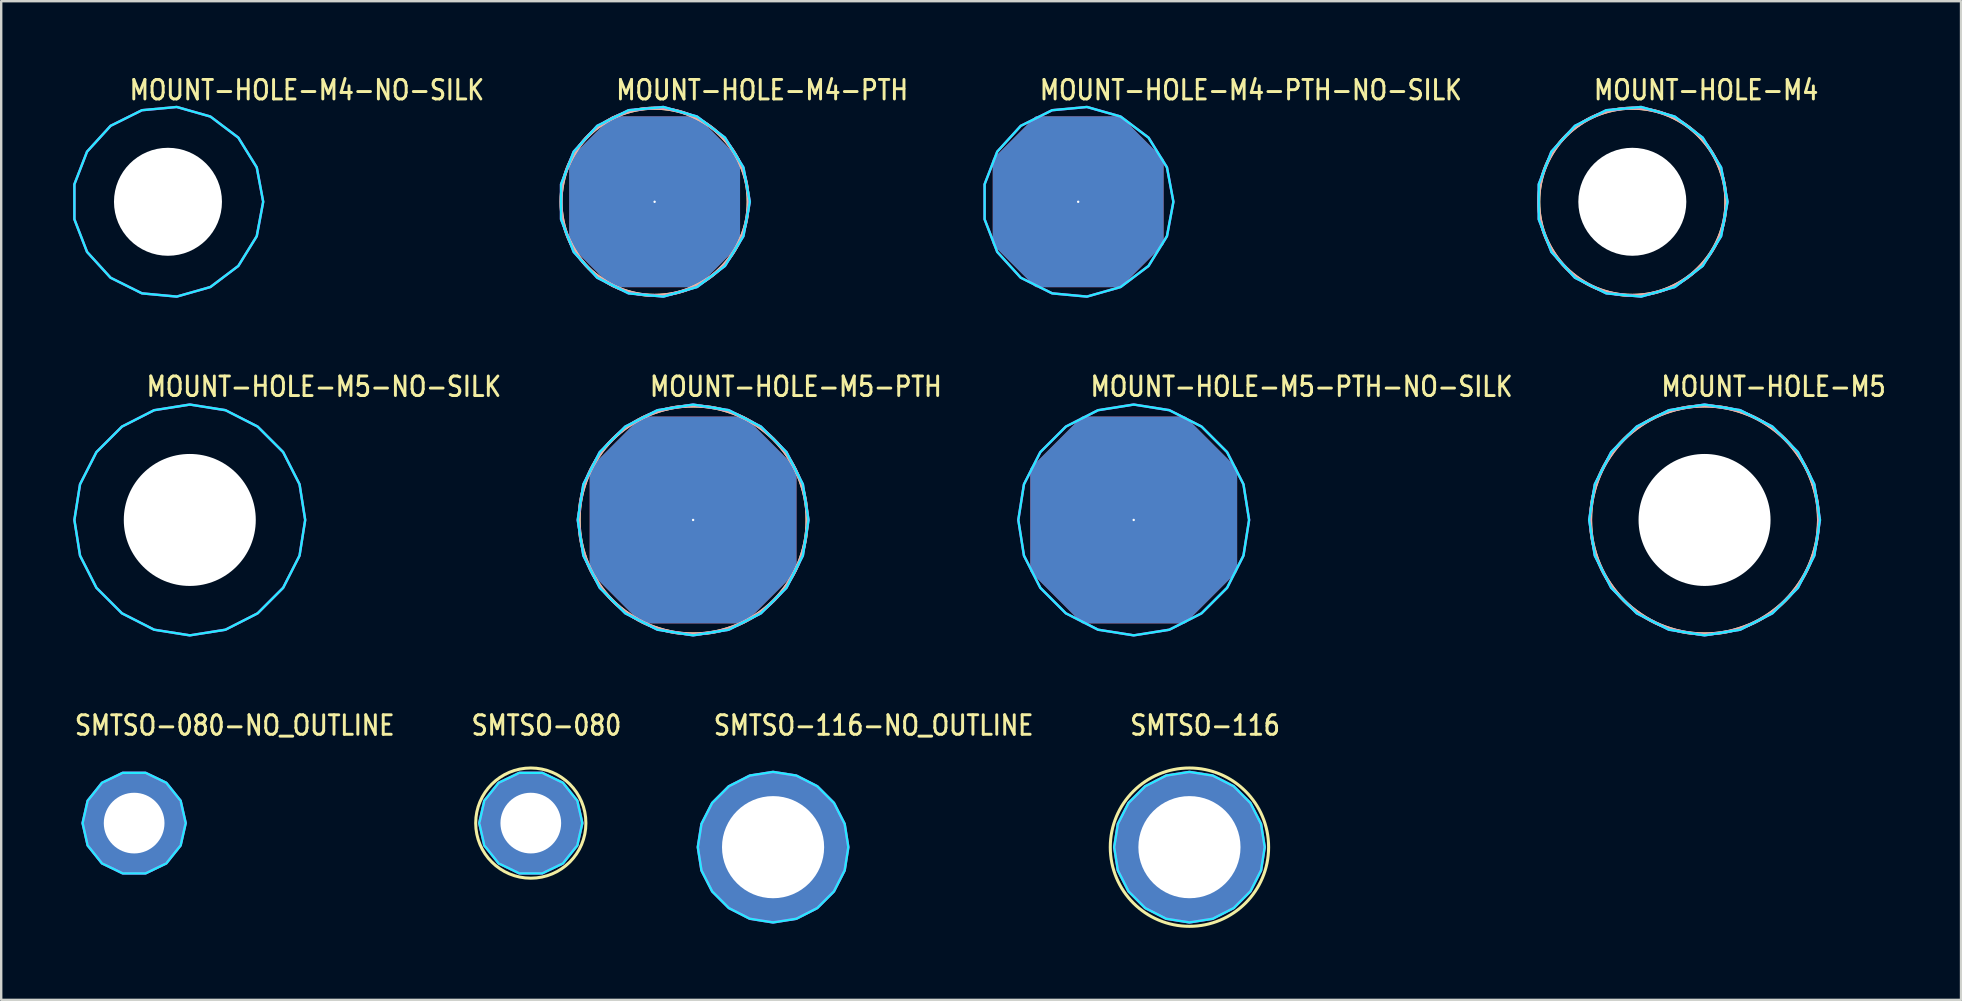
<source format=kicad_pcb>
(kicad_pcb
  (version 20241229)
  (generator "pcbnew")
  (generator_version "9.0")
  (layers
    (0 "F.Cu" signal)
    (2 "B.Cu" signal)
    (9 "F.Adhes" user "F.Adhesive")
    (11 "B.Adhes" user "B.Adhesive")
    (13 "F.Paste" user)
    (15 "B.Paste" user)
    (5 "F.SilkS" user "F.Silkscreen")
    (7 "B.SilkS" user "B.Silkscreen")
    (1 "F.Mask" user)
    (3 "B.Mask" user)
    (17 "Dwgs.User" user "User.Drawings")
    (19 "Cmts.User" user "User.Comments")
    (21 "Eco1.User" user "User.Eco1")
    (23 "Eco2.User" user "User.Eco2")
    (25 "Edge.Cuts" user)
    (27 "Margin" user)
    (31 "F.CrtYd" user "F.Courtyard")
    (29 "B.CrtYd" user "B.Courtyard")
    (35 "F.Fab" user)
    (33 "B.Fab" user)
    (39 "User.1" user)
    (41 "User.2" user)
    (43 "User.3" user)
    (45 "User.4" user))
  (footprint "MOUNT-HOLE-M4-PTH-NO-SILK"
    (layer "F.Cu")
    (at 41.881 5.359)
    (property "Reference" "MOUNT-HOLE-M4-PTH-NO-SILK" (at -1.67 -4.18 0) (unlocked yes) (layer "F.SilkS") (effects (font (size 0.813 0.695) (thickness 0.122)) (justify left bottom)))
    (fp_poly (pts (xy 3.968 0) (xy 3.7 -1.433) (xy 2.932 -2.673) (xy 1.768 -3.552) (xy 0.366 -3.951) (xy -1.086 -3.816) (xy -2.391 -3.166) (xy -3.373 -2.089) (xy -3.9 -0.729) (xy -3.9 0.729) (xy -3.373 2.089) (xy -2.391 3.166) (xy -1.086 3.816) (xy 0.366 3.951) (xy 1.768 3.552) (xy 2.932 2.673) (xy 3.7 1.433)) (stroke (width 0.1) (type solid)) (fill no) (layer "B.CrtYd"))
    (fp_poly (pts (xy 3.968 0) (xy 3.7 -1.433) (xy 2.932 -2.673) (xy 1.768 -3.552) (xy 0.366 -3.951) (xy -1.086 -3.816) (xy -2.391 -3.166) (xy -3.373 -2.089) (xy -3.9 -0.729) (xy -3.9 0.729) (xy -3.373 2.089) (xy -2.391 3.166) (xy -1.086 3.816) (xy 0.366 3.951) (xy 1.768 3.552) (xy 2.932 2.673) (xy 3.7 1.433)) (stroke (width 0.1) (type solid)) (fill no) (layer "F.CrtYd"))
    (pad "1" thru_hole custom (at 0 0) (size 0.1 0.1) (drill 4.5) (layers "*.Cu" "*.Mask") (options (anchor rect)) (primitives (gr_poly (pts (xy 3.5 1.75) (xy 1.75 3.5) (xy -1.75 3.5) (xy -3.5 1.75) (xy -3.5 -1.75) (xy -1.75 -3.5) (xy 1.75 -3.5) (xy 3.5 -1.75)) (width 0.12) (fill yes)))))
  (footprint "SMTSO-116"
    (layer "F.Cu")
    (at 46.518 32.254)
    (property "Reference" "SMTSO-116" (at -2.54 -4.599 0) (unlocked yes) (layer "F.SilkS") (effects (font (size 0.813 0.695) (thickness 0.122)) (justify left bottom)))
    (fp_circle (center 0 0) (end 3.299 0) (stroke (width 0.127) (type solid)) (fill no) (layer "F.SilkS"))
    (fp_poly (pts (xy -2.974 -0.538) (xy 2.974 -0.538) (xy 2.138 -0.538) (xy -2.138 -0.538)) (stroke (width 0.076) (type solid)) (fill yes) (layer "F.Paste"))
    (fp_poly (pts (xy 2.974 0.538) (xy -2.974 0.538) (xy -2.138 0.538) (xy 2.138 0.538)) (stroke (width 0.076) (type solid)) (fill yes) (layer "F.Paste"))
    (fp_poly (pts (xy 3.137 0) (xy 2.984 -0.97) (xy 2.538 -1.844) (xy 1.844 -2.538) (xy 0.97 -2.984) (xy 0 -3.137) (xy -0.97 -2.984) (xy -1.844 -2.538) (xy -2.538 -1.844) (xy -2.984 -0.97) (xy -3.137 0) (xy -2.984 0.97) (xy -2.538 1.844) (xy -1.844 2.538) (xy -0.97 2.984) (xy 0 3.137) (xy 0.97 2.984) (xy 1.844 2.538) (xy 2.538 1.844) (xy 2.984 0.97)) (stroke (width 0.1) (type solid)) (fill no) (layer "B.CrtYd"))
    (fp_poly (pts (xy 3.137 0) (xy 2.984 -0.97) (xy 2.538 -1.844) (xy 1.844 -2.538) (xy 0.97 -2.984) (xy 0 -3.137) (xy -0.97 -2.984) (xy -1.844 -2.538) (xy -2.538 -1.844) (xy -2.984 -0.97) (xy -3.137 0) (xy -2.984 0.97) (xy -2.538 1.844) (xy -1.844 2.538) (xy -0.97 2.984) (xy 0 3.137) (xy 0.97 2.984) (xy 1.844 2.538) (xy 2.538 1.844) (xy 2.984 0.97)) (stroke (width 0.1) (type solid)) (fill no) (layer "F.CrtYd"))
    (pad "1" thru_hole oval (at 0 0) (size 6.198 6.198) (drill 4.256) (layers "*.Cu" "*.Mask")))
  (footprint "MOUNT-HOLE-M4-NO-SILK"
    (layer "F.Cu")
    (at 3.95 5.359)
    (property "Reference" "MOUNT-HOLE-M4-NO-SILK" (at -1.67 -4.18 0) (unlocked yes) (layer "F.SilkS") (effects (font (size 0.813 0.695) (thickness 0.122)) (justify left bottom)))
    (fp_circle (center 0 0) (end 3.75 0) (stroke (width 0) (type solid)) (fill yes) (layer "F.Mask"))
    (fp_circle (center 0 0) (end 3.9 0) (stroke (width 0) (type solid)) (fill yes) (layer "F.Mask"))
    (fp_circle (center 0 0) (end 3.9 0) (stroke (width 0) (type solid)) (fill yes) (layer "F.Mask"))
    (fp_circle (center 0 0) (end 3.75 0) (stroke (width 0) (type solid)) (fill yes) (layer "B.Mask"))
    (fp_circle (center 0 0) (end 3.9 0) (stroke (width 0) (type solid)) (fill yes) (layer "B.Mask"))
    (fp_poly (pts (xy 3.968 0) (xy 3.7 -1.433) (xy 2.932 -2.673) (xy 1.768 -3.552) (xy 0.366 -3.951) (xy -1.086 -3.816) (xy -2.391 -3.166) (xy -3.373 -2.089) (xy -3.9 -0.729) (xy -3.9 0.729) (xy -3.373 2.089) (xy -2.391 3.166) (xy -1.086 3.816) (xy 0.366 3.951) (xy 1.768 3.552) (xy 2.932 2.673) (xy 3.7 1.433)) (stroke (width 0.1) (type solid)) (fill no) (layer "B.CrtYd"))
    (fp_poly (pts (xy 3.968 0) (xy 3.7 -1.433) (xy 2.932 -2.673) (xy 1.768 -3.552) (xy 0.366 -3.951) (xy -1.086 -3.816) (xy -2.391 -3.166) (xy -3.373 -2.089) (xy -3.9 -0.729) (xy -3.9 0.729) (xy -3.373 2.089) (xy -2.391 3.166) (xy -1.086 3.816) (xy 0.366 3.951) (xy 1.768 3.552) (xy 2.932 2.673) (xy 3.7 1.433)) (stroke (width 0.1) (type solid)) (fill no) (layer "F.CrtYd"))
    (pad "" np_thru_hole circle (at 0 0) (size 4.5 4.5) (drill 4.5) (layers "*.Cu" "*.Mask")))
  (footprint "SMTSO-116-NO_OUTLINE"
    (layer "F.Cu")
    (at 29.166 32.254)
    (property "Reference" "SMTSO-116-NO_OUTLINE" (at -2.54 -4.599 0) (unlocked yes) (layer "F.SilkS") (effects (font (size 0.813 0.695) (thickness 0.122)) (justify left bottom)))
    (fp_poly (pts (xy -2.974 -0.538) (xy 2.974 -0.538) (xy 2.138 -0.538) (xy -2.138 -0.538)) (stroke (width 0.076) (type solid)) (fill yes) (layer "F.Paste"))
    (fp_poly (pts (xy 2.974 0.538) (xy -2.974 0.538) (xy -2.138 0.538) (xy 2.138 0.538)) (stroke (width 0.076) (type solid)) (fill yes) (layer "F.Paste"))
    (fp_poly (pts (xy 3.137 0) (xy 2.984 -0.97) (xy 2.538 -1.844) (xy 1.844 -2.538) (xy 0.97 -2.984) (xy 0 -3.137) (xy -0.97 -2.984) (xy -1.844 -2.538) (xy -2.538 -1.844) (xy -2.984 -0.97) (xy -3.137 0) (xy -2.984 0.97) (xy -2.538 1.844) (xy -1.844 2.538) (xy -0.97 2.984) (xy 0 3.137) (xy 0.97 2.984) (xy 1.844 2.538) (xy 2.538 1.844) (xy 2.984 0.97)) (stroke (width 0.1) (type solid)) (fill no) (layer "B.CrtYd"))
    (fp_poly (pts (xy 3.137 0) (xy 2.984 -0.97) (xy 2.538 -1.844) (xy 1.844 -2.538) (xy 0.97 -2.984) (xy 0 -3.137) (xy -0.97 -2.984) (xy -1.844 -2.538) (xy -2.538 -1.844) (xy -2.984 -0.97) (xy -3.137 0) (xy -2.984 0.97) (xy -2.538 1.844) (xy -1.844 2.538) (xy -0.97 2.984) (xy 0 3.137) (xy 0.97 2.984) (xy 1.844 2.538) (xy 2.538 1.844) (xy 2.984 0.97)) (stroke (width 0.1) (type solid)) (fill no) (layer "F.CrtYd"))
    (pad "1" thru_hole oval (at 0 0) (size 6.198 6.198) (drill 4.256) (layers "*.Cu" "*.Mask")))
  (footprint "MOUNT-HOLE-M5-PTH"
    (layer "F.Cu")
    (at 25.834 18.618)
    (property "Reference" "MOUNT-HOLE-M5-PTH" (at -1.87 -5.08 0) (unlocked yes) (layer "F.SilkS") (effects (font (size 0.813 0.695) (thickness 0.122)) (justify left bottom)))
    (fp_circle (center 0 0) (end 4.75 0) (stroke (width 0.127) (type solid)) (fill no) (layer "F.SilkS"))
    (fp_circle (center 0 0) (end 4.75 0) (stroke (width 0.127) (type solid)) (fill no) (layer "B.SilkS"))
    (fp_poly (pts (xy 4.809 0) (xy 4.574 -1.486) (xy 3.891 -2.827) (xy 2.827 -3.891) (xy 1.486 -4.574) (xy 0 -4.809) (xy -1.486 -4.574) (xy -2.827 -3.891) (xy -3.891 -2.827) (xy -4.574 -1.486) (xy -4.809 0) (xy -4.574 1.486) (xy -3.891 2.827) (xy -2.827 3.891) (xy -1.486 4.574) (xy 0 4.809) (xy 1.486 4.574) (xy 2.827 3.891) (xy 3.891 2.827) (xy 4.574 1.486)) (stroke (width 0.1) (type solid)) (fill no) (layer "B.CrtYd"))
    (fp_poly (pts (xy 4.809 0) (xy 4.574 -1.486) (xy 3.891 -2.827) (xy 2.827 -3.891) (xy 1.486 -4.574) (xy 0 -4.809) (xy -1.486 -4.574) (xy -2.827 -3.891) (xy -3.891 -2.827) (xy -4.574 -1.486) (xy -4.809 0) (xy -4.574 1.486) (xy -3.891 2.827) (xy -2.827 3.891) (xy -1.486 4.574) (xy 0 4.809) (xy 1.486 4.574) (xy 2.827 3.891) (xy 3.891 2.827) (xy 4.574 1.486)) (stroke (width 0.1) (type solid)) (fill no) (layer "F.CrtYd"))
    (pad "1" thru_hole custom (at 0 0) (size 0.1 0.1) (drill 5.5) (layers "*.Cu" "*.Mask") (options (anchor rect)) (primitives (gr_poly (pts (xy 4.25 2.125) (xy 2.125 4.25) (xy -2.125 4.25) (xy -4.25 2.125) (xy -4.25 -2.125) (xy -2.125 -4.25) (xy 2.125 -4.25) (xy 4.25 -2.125)) (width 0.12) (fill yes)))))
  (footprint "MOUNT-HOLE-M5-PTH-NO-SILK"
    (layer "F.Cu")
    (at 44.195 18.618)
    (property "Reference" "MOUNT-HOLE-M5-PTH-NO-SILK" (at -1.87 -5.08 0) (unlocked yes) (layer "F.SilkS") (effects (font (size 0.813 0.695) (thickness 0.122)) (justify left bottom)))
    (fp_poly (pts (xy 4.809 0) (xy 4.574 -1.486) (xy 3.891 -2.827) (xy 2.827 -3.891) (xy 1.486 -4.574) (xy 0 -4.809) (xy -1.486 -4.574) (xy -2.827 -3.891) (xy -3.891 -2.827) (xy -4.574 -1.486) (xy -4.809 0) (xy -4.574 1.486) (xy -3.891 2.827) (xy -2.827 3.891) (xy -1.486 4.574) (xy 0 4.809) (xy 1.486 4.574) (xy 2.827 3.891) (xy 3.891 2.827) (xy 4.574 1.486)) (stroke (width 0.1) (type solid)) (fill no) (layer "B.CrtYd"))
    (fp_poly (pts (xy 4.809 0) (xy 4.574 -1.486) (xy 3.891 -2.827) (xy 2.827 -3.891) (xy 1.486 -4.574) (xy 0 -4.809) (xy -1.486 -4.574) (xy -2.827 -3.891) (xy -3.891 -2.827) (xy -4.574 -1.486) (xy -4.809 0) (xy -4.574 1.486) (xy -3.891 2.827) (xy -2.827 3.891) (xy -1.486 4.574) (xy 0 4.809) (xy 1.486 4.574) (xy 2.827 3.891) (xy 3.891 2.827) (xy 4.574 1.486)) (stroke (width 0.1) (type solid)) (fill no) (layer "F.CrtYd"))
    (pad "1" thru_hole custom (at 0 0) (size 0.1 0.1) (drill 5.5) (layers "*.Cu" "*.Mask") (options (anchor rect)) (primitives (gr_poly (pts (xy 4.25 2.125) (xy 2.125 4.25) (xy -2.125 4.25) (xy -4.25 2.125) (xy -4.25 -2.125) (xy -2.125 -4.25) (xy 2.125 -4.25) (xy 4.25 -2.125)) (width 0.12) (fill yes)))))
  (footprint "MOUNT-HOLE-M5"
    (layer "F.Cu")
    (at 67.984 18.618)
    (property "Reference" "MOUNT-HOLE-M5" (at -1.87 -5.08 0) (unlocked yes) (layer "F.SilkS") (effects (font (size 0.813 0.695) (thickness 0.122)) (justify left bottom)))
    (fp_circle (center 0 0) (end 4.55 0) (stroke (width 0) (type solid)) (fill yes) (layer "F.Mask"))
    (fp_circle (center 0 0) (end 4.75 0) (stroke (width 0) (type solid)) (fill yes) (layer "F.Mask"))
    (fp_circle (center 0 0) (end 4.75 0) (stroke (width 0) (type solid)) (fill yes) (layer "F.Mask"))
    (fp_circle (center 0 0) (end 4.55 0) (stroke (width 0) (type solid)) (fill yes) (layer "B.Mask"))
    (fp_circle (center 0 0) (end 4.75 0) (stroke (width 0) (type solid)) (fill yes) (layer "B.Mask"))
    (fp_circle (center 0 0) (end 4.75 0) (stroke (width 0.127) (type solid)) (fill no) (layer "F.SilkS"))
    (fp_circle (center 0 0) (end 4.75 0) (stroke (width 0.127) (type solid)) (fill no) (layer "B.SilkS"))
    (fp_poly (pts (xy 4.809 0) (xy 4.574 -1.486) (xy 3.891 -2.827) (xy 2.827 -3.891) (xy 1.486 -4.574) (xy 0 -4.809) (xy -1.486 -4.574) (xy -2.827 -3.891) (xy -3.891 -2.827) (xy -4.574 -1.486) (xy -4.809 0) (xy -4.574 1.486) (xy -3.891 2.827) (xy -2.827 3.891) (xy -1.486 4.574) (xy 0 4.809) (xy 1.486 4.574) (xy 2.827 3.891) (xy 3.891 2.827) (xy 4.574 1.486)) (stroke (width 0.1) (type solid)) (fill no) (layer "B.CrtYd"))
    (fp_poly (pts (xy 4.809 0) (xy 4.574 -1.486) (xy 3.891 -2.827) (xy 2.827 -3.891) (xy 1.486 -4.574) (xy 0 -4.809) (xy -1.486 -4.574) (xy -2.827 -3.891) (xy -3.891 -2.827) (xy -4.574 -1.486) (xy -4.809 0) (xy -4.574 1.486) (xy -3.891 2.827) (xy -2.827 3.891) (xy -1.486 4.574) (xy 0 4.809) (xy 1.486 4.574) (xy 2.827 3.891) (xy 3.891 2.827) (xy 4.574 1.486)) (stroke (width 0.1) (type solid)) (fill no) (layer "F.CrtYd"))
    (pad "" np_thru_hole circle (at 0 0) (size 5.5 5.5) (drill 5.5) (layers "*.Cu" "*.Mask")))
  (footprint "MOUNT-HOLE-M4"
    (layer "F.Cu")
    (at 64.974 5.359)
    (property "Reference" "MOUNT-HOLE-M4" (at -1.67 -4.18 0) (unlocked yes) (layer "F.SilkS") (effects (font (size 0.813 0.695) (thickness 0.122)) (justify left bottom)))
    (fp_circle (center 0 0) (end 3.75 0) (stroke (width 0) (type solid)) (fill yes) (layer "F.Mask"))
    (fp_circle (center 0 0) (end 3.9 0) (stroke (width 0) (type solid)) (fill yes) (layer "F.Mask"))
    (fp_circle (center 0 0) (end 3.9 0) (stroke (width 0) (type solid)) (fill yes) (layer "F.Mask"))
    (fp_circle (center 0 0) (end 3.75 0) (stroke (width 0) (type solid)) (fill yes) (layer "B.Mask"))
    (fp_circle (center 0 0) (end 3.9 0) (stroke (width 0) (type solid)) (fill yes) (layer "B.Mask"))
    (fp_circle (center 0 0) (end 3.9 0) (stroke (width 0.127) (type solid)) (fill no) (layer "F.SilkS"))
    (fp_circle (center 0 0) (end 3.9 0) (stroke (width 0.127) (type solid)) (fill no) (layer "B.SilkS"))
    (fp_poly (pts (xy 3.968 0) (xy 3.7 -1.433) (xy 2.932 -2.673) (xy 1.768 -3.552) (xy 0.366 -3.951) (xy -1.086 -3.816) (xy -2.391 -3.166) (xy -3.373 -2.089) (xy -3.9 -0.729) (xy -3.9 0.729) (xy -3.373 2.089) (xy -2.391 3.166) (xy -1.086 3.816) (xy 0.366 3.951) (xy 1.768 3.552) (xy 2.932 2.673) (xy 3.7 1.433)) (stroke (width 0.1) (type solid)) (fill no) (layer "B.CrtYd"))
    (fp_poly (pts (xy 3.968 0) (xy 3.7 -1.433) (xy 2.932 -2.673) (xy 1.768 -3.552) (xy 0.366 -3.951) (xy -1.086 -3.816) (xy -2.391 -3.166) (xy -3.373 -2.089) (xy -3.9 -0.729) (xy -3.9 0.729) (xy -3.373 2.089) (xy -2.391 3.166) (xy -1.086 3.816) (xy 0.366 3.951) (xy 1.768 3.552) (xy 2.932 2.673) (xy 3.7 1.433)) (stroke (width 0.1) (type solid)) (fill no) (layer "F.CrtYd"))
    (pad "" np_thru_hole circle (at 0 0) (size 4.5 4.5) (drill 4.5) (layers "*.Cu" "*.Mask")))
  (footprint "MOUNT-HOLE-M5-NO-SILK"
    (layer "F.Cu")
    (at 4.859 18.618)
    (property "Reference" "MOUNT-HOLE-M5-NO-SILK" (at -1.87 -5.08 0) (unlocked yes) (layer "F.SilkS") (effects (font (size 0.813 0.695) (thickness 0.122)) (justify left bottom)))
    (fp_circle (center 0 0) (end 4.55 0) (stroke (width 0) (type solid)) (fill yes) (layer "F.Mask"))
    (fp_circle (center 0 0) (end 4.75 0) (stroke (width 0) (type solid)) (fill yes) (layer "F.Mask"))
    (fp_circle (center 0 0) (end 4.75 0) (stroke (width 0) (type solid)) (fill yes) (layer "F.Mask"))
    (fp_circle (center 0 0) (end 4.55 0) (stroke (width 0) (type solid)) (fill yes) (layer "B.Mask"))
    (fp_circle (center 0 0) (end 4.75 0) (stroke (width 0) (type solid)) (fill yes) (layer "B.Mask"))
    (fp_poly (pts (xy 4.809 0) (xy 4.574 -1.486) (xy 3.891 -2.827) (xy 2.827 -3.891) (xy 1.486 -4.574) (xy 0 -4.809) (xy -1.486 -4.574) (xy -2.827 -3.891) (xy -3.891 -2.827) (xy -4.574 -1.486) (xy -4.809 0) (xy -4.574 1.486) (xy -3.891 2.827) (xy -2.827 3.891) (xy -1.486 4.574) (xy 0 4.809) (xy 1.486 4.574) (xy 2.827 3.891) (xy 3.891 2.827) (xy 4.574 1.486)) (stroke (width 0.1) (type solid)) (fill no) (layer "B.CrtYd"))
    (fp_poly (pts (xy 4.809 0) (xy 4.574 -1.486) (xy 3.891 -2.827) (xy 2.827 -3.891) (xy 1.486 -4.574) (xy 0 -4.809) (xy -1.486 -4.574) (xy -2.827 -3.891) (xy -3.891 -2.827) (xy -4.574 -1.486) (xy -4.809 0) (xy -4.574 1.486) (xy -3.891 2.827) (xy -2.827 3.891) (xy -1.486 4.574) (xy 0 4.809) (xy 1.486 4.574) (xy 2.827 3.891) (xy 3.891 2.827) (xy 4.574 1.486)) (stroke (width 0.1) (type solid)) (fill no) (layer "F.CrtYd"))
    (pad "" np_thru_hole circle (at 0 0) (size 5.5 5.5) (drill 5.5) (layers "*.Cu" "*.Mask")))
  (footprint "MOUNT-HOLE-M4-PTH"
    (layer "F.Cu")
    (at 24.23 5.359)
    (property "Reference" "MOUNT-HOLE-M4-PTH" (at -1.67 -4.18 0) (unlocked yes) (layer "F.SilkS") (effects (font (size 0.813 0.695) (thickness 0.122)) (justify left bottom)))
    (fp_circle (center 0 0) (end 3.9 0) (stroke (width 0.127) (type solid)) (fill no) (layer "F.SilkS"))
    (fp_circle (center 0 0) (end 3.9 0) (stroke (width 0.127) (type solid)) (fill no) (layer "B.SilkS"))
    (fp_poly (pts (xy 3.968 0) (xy 3.7 -1.433) (xy 2.932 -2.673) (xy 1.768 -3.552) (xy 0.366 -3.951) (xy -1.086 -3.816) (xy -2.391 -3.166) (xy -3.373 -2.089) (xy -3.9 -0.729) (xy -3.9 0.729) (xy -3.373 2.089) (xy -2.391 3.166) (xy -1.086 3.816) (xy 0.366 3.951) (xy 1.768 3.552) (xy 2.932 2.673) (xy 3.7 1.433)) (stroke (width 0.1) (type solid)) (fill no) (layer "B.CrtYd"))
    (fp_poly (pts (xy 3.968 0) (xy 3.7 -1.433) (xy 2.932 -2.673) (xy 1.768 -3.552) (xy 0.366 -3.951) (xy -1.086 -3.816) (xy -2.391 -3.166) (xy -3.373 -2.089) (xy -3.9 -0.729) (xy -3.9 0.729) (xy -3.373 2.089) (xy -2.391 3.166) (xy -1.086 3.816) (xy 0.366 3.951) (xy 1.768 3.552) (xy 2.932 2.673) (xy 3.7 1.433)) (stroke (width 0.1) (type solid)) (fill no) (layer "F.CrtYd"))
    (pad "1" thru_hole custom (at 0 0) (size 0.1 0.1) (drill 4.5) (layers "*.Cu" "*.Mask") (options (anchor rect)) (primitives (gr_poly (pts (xy 3.5 1.75) (xy 1.75 3.5) (xy -1.75 3.5) (xy -3.5 1.75) (xy -3.5 -1.75) (xy -1.75 -3.5) (xy 1.75 -3.5) (xy 3.5 -1.75)) (width 0.12) (fill yes)))))
  (footprint "SMTSO-080"
    (layer "F.Cu")
    (at 19.07 31.251)
    (property "Reference" "SMTSO-080" (at -2.54 -3.595 0) (unlocked yes) (layer "F.SilkS") (effects (font (size 0.813 0.695) (thickness 0.122)) (justify left bottom)))
    (fp_circle (center 0 0) (end 2.296 0) (stroke (width 0.127) (type solid)) (fill no) (layer "F.SilkS"))
    (fp_poly (pts (xy -1.946 -0.538) (xy 1.946 -0.538) (xy 1.228 -0.538) (xy -1.228 -0.538)) (stroke (width 0.076) (type solid)) (fill yes) (layer "F.Paste"))
    (fp_poly (pts (xy 1.946 0.538) (xy -1.946 0.538) (xy -1.228 0.538) (xy 1.228 0.538)) (stroke (width 0.076) (type solid)) (fill yes) (layer "F.Paste"))
    (fp_poly (pts (xy 2.149 0) (xy 1.937 -0.933) (xy 1.34 -1.68) (xy 0.478 -2.095) (xy -0.478 -2.095) (xy -1.34 -1.68) (xy -1.937 -0.933) (xy -2.149 0) (xy -1.937 0.933) (xy -1.34 1.68) (xy -0.478 2.095) (xy 0.478 2.095) (xy 1.34 1.68) (xy 1.937 0.933)) (stroke (width 0.1) (type solid)) (fill no) (layer "B.CrtYd"))
    (fp_poly (pts (xy 2.149 0) (xy 1.937 -0.933) (xy 1.34 -1.68) (xy 0.478 -2.095) (xy -0.478 -2.095) (xy -1.34 -1.68) (xy -1.937 -0.933) (xy -2.149 0) (xy -1.937 0.933) (xy -1.34 1.68) (xy -0.478 2.095) (xy 0.478 2.095) (xy 1.34 1.68) (xy 1.937 0.933)) (stroke (width 0.1) (type solid)) (fill no) (layer "F.CrtYd"))
    (pad "1" thru_hole oval (at 0 0) (size 4.191 4.191) (drill 2.529) (layers "*.Cu" "*.Mask")))
  (footprint "SMTSO-080-NO_OUTLINE"
    (layer "F.Cu")
    (at 2.54 31.251)
    (property "Reference" "SMTSO-080-NO_OUTLINE" (at -2.54 -3.595 0) (unlocked yes) (layer "F.SilkS") (effects (font (size 0.813 0.695) (thickness 0.122)) (justify left bottom)))
    (fp_poly (pts (xy -1.946 -0.538) (xy 1.946 -0.538) (xy 1.228 -0.538) (xy -1.228 -0.538)) (stroke (width 0.076) (type solid)) (fill yes) (layer "F.Paste"))
    (fp_poly (pts (xy 1.946 0.538) (xy -1.946 0.538) (xy -1.228 0.538) (xy 1.228 0.538)) (stroke (width 0.076) (type solid)) (fill yes) (layer "F.Paste"))
    (fp_poly (pts (xy 2.149 0) (xy 1.937 -0.933) (xy 1.34 -1.68) (xy 0.478 -2.095) (xy -0.478 -2.095) (xy -1.34 -1.68) (xy -1.937 -0.933) (xy -2.149 0) (xy -1.937 0.933) (xy -1.34 1.68) (xy -0.478 2.095) (xy 0.478 2.095) (xy 1.34 1.68) (xy 1.937 0.933)) (stroke (width 0.1) (type solid)) (fill no) (layer "B.CrtYd"))
    (fp_poly (pts (xy 2.149 0) (xy 1.937 -0.933) (xy 1.34 -1.68) (xy 0.478 -2.095) (xy -0.478 -2.095) (xy -1.34 -1.68) (xy -1.937 -0.933) (xy -2.149 0) (xy -1.937 0.933) (xy -1.34 1.68) (xy -0.478 2.095) (xy 0.478 2.095) (xy 1.34 1.68) (xy 1.937 0.933)) (stroke (width 0.1) (type solid)) (fill no) (layer "F.CrtYd"))
    (pad "1" thru_hole oval (at 0 0) (size 4.191 4.191) (drill 2.529) (layers "*.Cu" "*.Mask")))
  (gr_rect
    (start -3 -3)
    (end 78.672 38.617)
    (stroke (width 0.1) (type default))
    (fill no)
    (layer "Edge.Cuts")))
</source>
